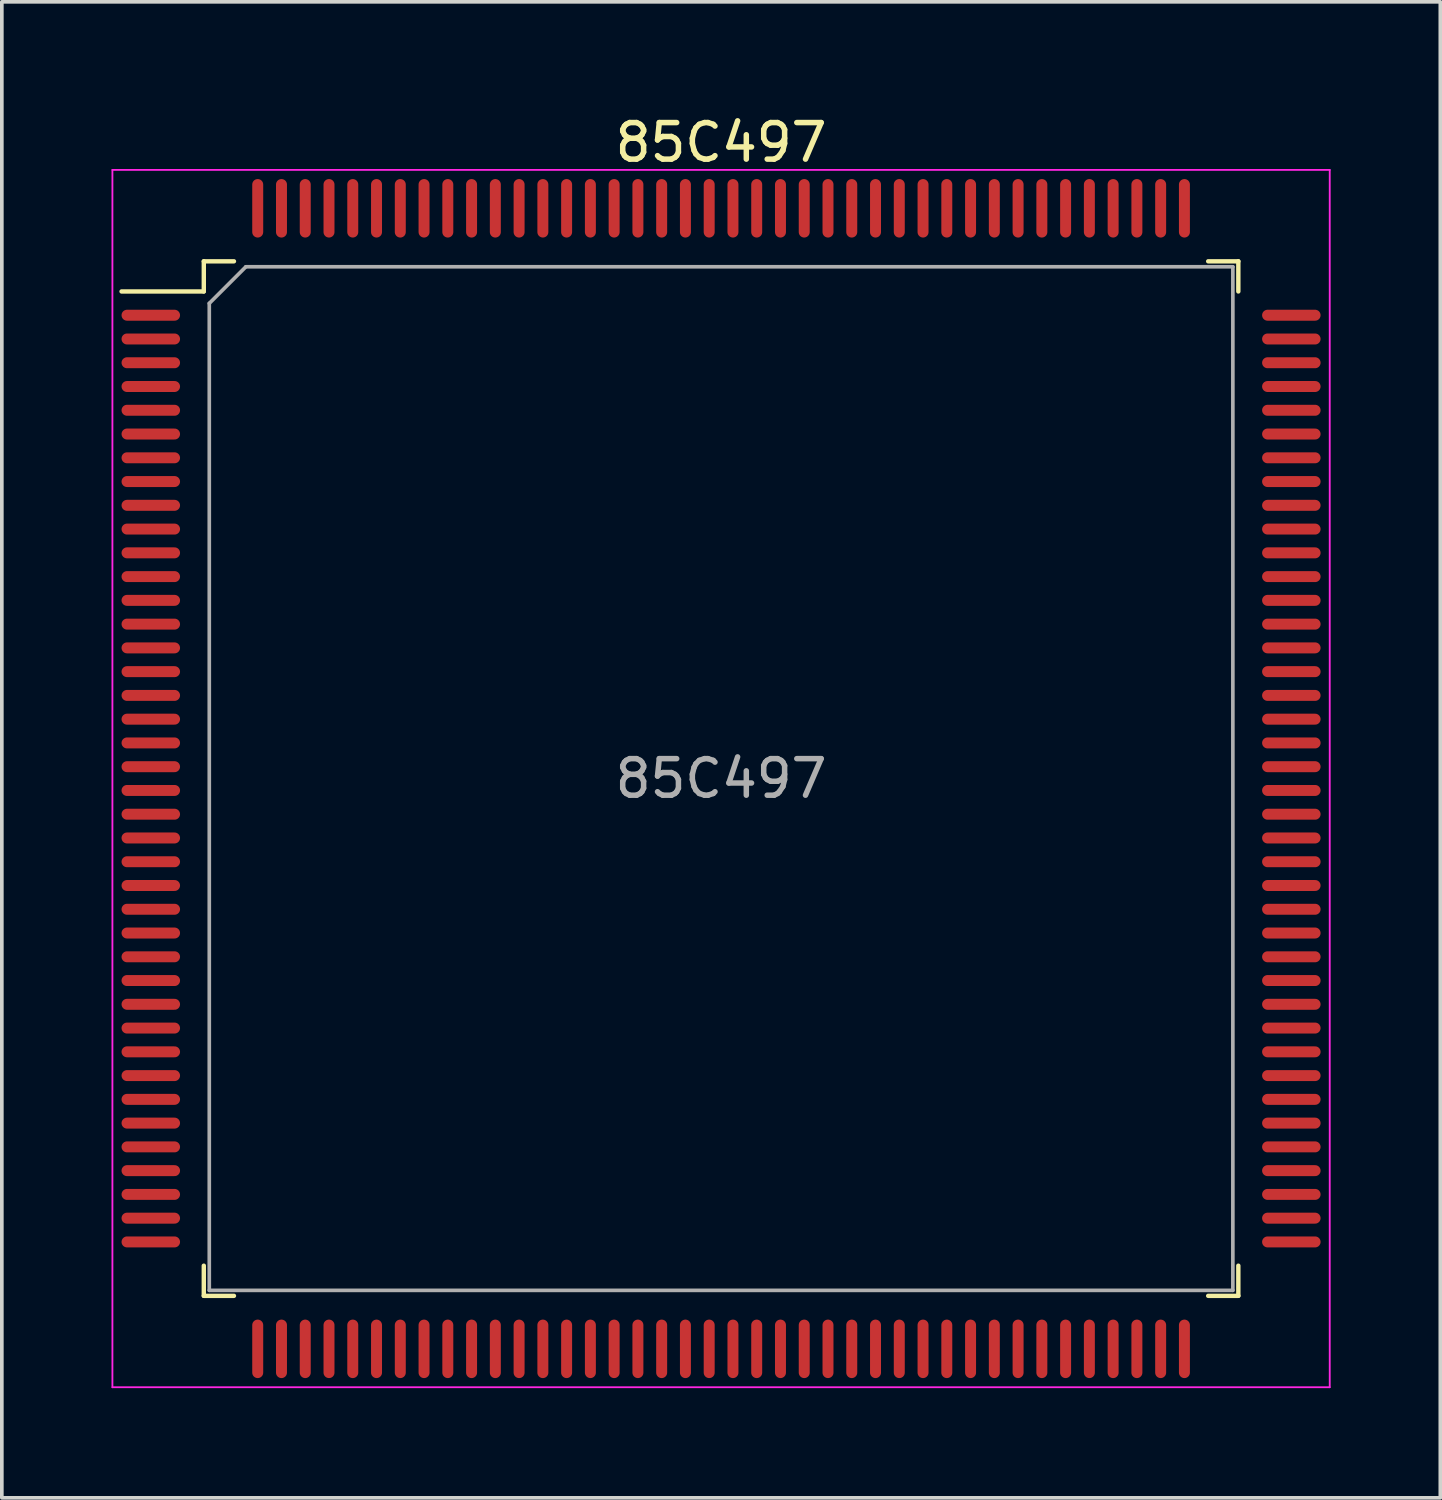
<source format=kicad_pcb>
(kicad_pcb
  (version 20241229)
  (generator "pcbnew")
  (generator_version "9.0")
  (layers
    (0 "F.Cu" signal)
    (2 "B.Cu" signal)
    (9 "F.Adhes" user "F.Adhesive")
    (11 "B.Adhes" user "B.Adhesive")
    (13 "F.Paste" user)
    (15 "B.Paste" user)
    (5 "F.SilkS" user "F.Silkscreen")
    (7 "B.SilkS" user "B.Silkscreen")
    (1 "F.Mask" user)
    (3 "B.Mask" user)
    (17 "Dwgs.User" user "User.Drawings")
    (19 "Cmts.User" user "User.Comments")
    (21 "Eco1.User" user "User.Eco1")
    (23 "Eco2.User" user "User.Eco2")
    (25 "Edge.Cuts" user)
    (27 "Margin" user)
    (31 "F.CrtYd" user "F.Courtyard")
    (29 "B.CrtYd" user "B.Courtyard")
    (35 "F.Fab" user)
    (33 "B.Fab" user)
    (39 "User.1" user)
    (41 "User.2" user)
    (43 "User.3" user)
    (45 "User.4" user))
  (footprint "85C497"
    (layer "F.Cu")
    (at 16.675 18.248)
    (property "Reference" "85C497" (at 0 -17.4 0) (layer "F.SilkS") (effects (font (size 1 1) (thickness 0.15))))
    (attr smd)
    (fp_line (start -14.15 -14.15) (end -14.15 -13.325) (stroke (width 0.12) (type default)) (layer "F.SilkS"))
    (fp_line (start -14.15 -13.325) (end -16.4 -13.325) (stroke (width 0.12) (type default)) (layer "F.SilkS"))
    (fp_line (start -14.15 14.15) (end -14.15 13.325) (stroke (width 0.12) (type default)) (layer "F.SilkS"))
    (fp_line (start -13.325 -14.15) (end -14.15 -14.15) (stroke (width 0.12) (type default)) (layer "F.SilkS"))
    (fp_line (start -13.325 14.15) (end -14.15 14.15) (stroke (width 0.12) (type default)) (layer "F.SilkS"))
    (fp_line (start 13.325 -14.15) (end 14.15 -14.15) (stroke (width 0.12) (type default)) (layer "F.SilkS"))
    (fp_line (start 13.325 14.15) (end 14.15 14.15) (stroke (width 0.12) (type default)) (layer "F.SilkS"))
    (fp_line (start 14.15 -14.15) (end 14.15 -13.325) (stroke (width 0.12) (type default)) (layer "F.SilkS"))
    (fp_line (start 14.15 14.15) (end 14.15 13.325) (stroke (width 0.12) (type default)) (layer "F.SilkS"))
    (fp_line (start -16.65 -16.65) (end 16.65 -16.65) (stroke (width 0.05) (type default)) (layer "F.CrtYd"))
    (fp_line (start -16.65 16.65) (end -16.65 -16.65) (stroke (width 0.05) (type default)) (layer "F.CrtYd"))
    (fp_line (start 16.65 -16.65) (end 16.65 16.65) (stroke (width 0.05) (type default)) (layer "F.CrtYd"))
    (fp_line (start 16.65 16.65) (end -16.65 16.65) (stroke (width 0.05) (type default)) (layer "F.CrtYd"))
    (fp_line (start -14 -13) (end -14 14) (stroke (width 0.1) (type default)) (layer "F.Fab"))
    (fp_line (start -14 14) (end 14 14) (stroke (width 0.1) (type default)) (layer "F.Fab"))
    (fp_line (start -13 -14) (end -14 -13) (stroke (width 0.1) (type default)) (layer "F.Fab"))
    (fp_line (start 14 -14) (end -13 -14) (stroke (width 0.1) (type default)) (layer "F.Fab"))
    (fp_line (start 14 14) (end 14 -14) (stroke (width 0.1) (type default)) (layer "F.Fab"))
    (fp_text user "${REFERENCE}" (at 0 0 0) (layer "F.Fab") (effects (font (size 1 1) (thickness 0.15))))
    (pad "1" smd oval (at -15.6 -12.675 90) (size 0.3 1.6) (layers "F.Cu" "F.Mask" "F.Paste"))
    (pad "2" smd oval (at -15.6 -12.025 90) (size 0.3 1.6) (layers "F.Cu" "F.Mask" "F.Paste"))
    (pad "3" smd oval (at -15.6 -11.375 90) (size 0.3 1.6) (layers "F.Cu" "F.Mask" "F.Paste"))
    (pad "4" smd oval (at -15.6 -10.725 90) (size 0.3 1.6) (layers "F.Cu" "F.Mask" "F.Paste"))
    (pad "5" smd oval (at -15.6 -10.075 90) (size 0.3 1.6) (layers "F.Cu" "F.Mask" "F.Paste"))
    (pad "6" smd oval (at -15.6 -9.425 90) (size 0.3 1.6) (layers "F.Cu" "F.Mask" "F.Paste"))
    (pad "7" smd oval (at -15.6 -8.775 90) (size 0.3 1.6) (layers "F.Cu" "F.Mask" "F.Paste"))
    (pad "8" smd oval (at -15.6 -8.125 90) (size 0.3 1.6) (layers "F.Cu" "F.Mask" "F.Paste"))
    (pad "9" smd oval (at -15.6 -7.475 90) (size 0.3 1.6) (layers "F.Cu" "F.Mask" "F.Paste"))
    (pad "10" smd oval (at -15.6 -6.825 90) (size 0.3 1.6) (layers "F.Cu" "F.Mask" "F.Paste"))
    (pad "11" smd oval (at -15.6 -6.175 90) (size 0.3 1.6) (layers "F.Cu" "F.Mask" "F.Paste"))
    (pad "12" smd oval (at -15.6 -5.525 90) (size 0.3 1.6) (layers "F.Cu" "F.Mask" "F.Paste"))
    (pad "13" smd oval (at -15.6 -4.875 90) (size 0.3 1.6) (layers "F.Cu" "F.Mask" "F.Paste"))
    (pad "14" smd oval (at -15.6 -4.225 90) (size 0.3 1.6) (layers "F.Cu" "F.Mask" "F.Paste"))
    (pad "15" smd oval (at -15.6 -3.575 90) (size 0.3 1.6) (layers "F.Cu" "F.Mask" "F.Paste"))
    (pad "16" smd oval (at -15.6 -2.925 90) (size 0.3 1.6) (layers "F.Cu" "F.Mask" "F.Paste"))
    (pad "17" smd oval (at -15.6 -2.275 90) (size 0.3 1.6) (layers "F.Cu" "F.Mask" "F.Paste"))
    (pad "18" smd oval (at -15.6 -1.625 90) (size 0.3 1.6) (layers "F.Cu" "F.Mask" "F.Paste"))
    (pad "19" smd oval (at -15.6 -0.975 90) (size 0.3 1.6) (layers "F.Cu" "F.Mask" "F.Paste"))
    (pad "20" smd oval (at -15.6 -0.325 90) (size 0.3 1.6) (layers "F.Cu" "F.Mask" "F.Paste"))
    (pad "21" smd oval (at -15.6 0.325 90) (size 0.3 1.6) (layers "F.Cu" "F.Mask" "F.Paste"))
    (pad "22" smd oval (at -15.6 0.975 90) (size 0.3 1.6) (layers "F.Cu" "F.Mask" "F.Paste"))
    (pad "23" smd oval (at -15.6 1.625 90) (size 0.3 1.6) (layers "F.Cu" "F.Mask" "F.Paste"))
    (pad "24" smd oval (at -15.6 2.275 90) (size 0.3 1.6) (layers "F.Cu" "F.Mask" "F.Paste"))
    (pad "25" smd oval (at -15.6 2.925 90) (size 0.3 1.6) (layers "F.Cu" "F.Mask" "F.Paste"))
    (pad "26" smd oval (at -15.6 3.575 90) (size 0.3 1.6) (layers "F.Cu" "F.Mask" "F.Paste"))
    (pad "27" smd oval (at -15.6 4.225 90) (size 0.3 1.6) (layers "F.Cu" "F.Mask" "F.Paste"))
    (pad "28" smd oval (at -15.6 4.875 90) (size 0.3 1.6) (layers "F.Cu" "F.Mask" "F.Paste"))
    (pad "29" smd oval (at -15.6 5.525 90) (size 0.3 1.6) (layers "F.Cu" "F.Mask" "F.Paste"))
    (pad "30" smd oval (at -15.6 6.175 90) (size 0.3 1.6) (layers "F.Cu" "F.Mask" "F.Paste"))
    (pad "31" smd oval (at -15.6 6.825 90) (size 0.3 1.6) (layers "F.Cu" "F.Mask" "F.Paste"))
    (pad "32" smd oval (at -15.6 7.475 90) (size 0.3 1.6) (layers "F.Cu" "F.Mask" "F.Paste"))
    (pad "33" smd oval (at -15.6 8.125 90) (size 0.3 1.6) (layers "F.Cu" "F.Mask" "F.Paste"))
    (pad "34" smd oval (at -15.6 8.775 90) (size 0.3 1.6) (layers "F.Cu" "F.Mask" "F.Paste"))
    (pad "35" smd oval (at -15.6 9.425 90) (size 0.3 1.6) (layers "F.Cu" "F.Mask" "F.Paste"))
    (pad "36" smd oval (at -15.6 10.075 90) (size 0.3 1.6) (layers "F.Cu" "F.Mask" "F.Paste"))
    (pad "37" smd oval (at -15.6 10.725 90) (size 0.3 1.6) (layers "F.Cu" "F.Mask" "F.Paste"))
    (pad "38" smd oval (at -15.6 11.375 90) (size 0.3 1.6) (layers "F.Cu" "F.Mask" "F.Paste"))
    (pad "39" smd oval (at -15.6 12.025 90) (size 0.3 1.6) (layers "F.Cu" "F.Mask" "F.Paste"))
    (pad "40" smd oval (at -15.6 12.675 90) (size 0.3 1.6) (layers "F.Cu" "F.Mask" "F.Paste"))
    (pad "41" smd oval (at -12.675 15.6) (size 0.3 1.6) (layers "F.Cu" "F.Mask" "F.Paste"))
    (pad "42" smd oval (at -12.025 15.6) (size 0.3 1.6) (layers "F.Cu" "F.Mask" "F.Paste"))
    (pad "43" smd oval (at -11.375 15.6) (size 0.3 1.6) (layers "F.Cu" "F.Mask" "F.Paste"))
    (pad "44" smd oval (at -10.725 15.6) (size 0.3 1.6) (layers "F.Cu" "F.Mask" "F.Paste"))
    (pad "45" smd oval (at -10.075 15.6) (size 0.3 1.6) (layers "F.Cu" "F.Mask" "F.Paste"))
    (pad "46" smd oval (at -9.425 15.6) (size 0.3 1.6) (layers "F.Cu" "F.Mask" "F.Paste"))
    (pad "47" smd oval (at -8.775 15.6) (size 0.3 1.6) (layers "F.Cu" "F.Mask" "F.Paste"))
    (pad "48" smd oval (at -8.125 15.6) (size 0.3 1.6) (layers "F.Cu" "F.Mask" "F.Paste"))
    (pad "49" smd oval (at -7.475 15.6) (size 0.3 1.6) (layers "F.Cu" "F.Mask" "F.Paste"))
    (pad "50" smd oval (at -6.825 15.6) (size 0.3 1.6) (layers "F.Cu" "F.Mask" "F.Paste"))
    (pad "51" smd oval (at -6.175 15.6) (size 0.3 1.6) (layers "F.Cu" "F.Mask" "F.Paste"))
    (pad "52" smd oval (at -5.525 15.6) (size 0.3 1.6) (layers "F.Cu" "F.Mask" "F.Paste"))
    (pad "53" smd oval (at -4.875 15.6) (size 0.3 1.6) (layers "F.Cu" "F.Mask" "F.Paste"))
    (pad "54" smd oval (at -4.225 15.6) (size 0.3 1.6) (layers "F.Cu" "F.Mask" "F.Paste"))
    (pad "55" smd oval (at -3.575 15.6) (size 0.3 1.6) (layers "F.Cu" "F.Mask" "F.Paste"))
    (pad "56" smd oval (at -2.925 15.6) (size 0.3 1.6) (layers "F.Cu" "F.Mask" "F.Paste"))
    (pad "57" smd oval (at -2.275 15.6) (size 0.3 1.6) (layers "F.Cu" "F.Mask" "F.Paste"))
    (pad "58" smd oval (at -1.625 15.6) (size 0.3 1.6) (layers "F.Cu" "F.Mask" "F.Paste"))
    (pad "59" smd oval (at -0.975 15.6) (size 0.3 1.6) (layers "F.Cu" "F.Mask" "F.Paste"))
    (pad "60" smd oval (at -0.325 15.6) (size 0.3 1.6) (layers "F.Cu" "F.Mask" "F.Paste"))
    (pad "61" smd oval (at 0.325 15.6) (size 0.3 1.6) (layers "F.Cu" "F.Mask" "F.Paste"))
    (pad "62" smd oval (at 0.975 15.6) (size 0.3 1.6) (layers "F.Cu" "F.Mask" "F.Paste"))
    (pad "63" smd oval (at 1.625 15.6) (size 0.3 1.6) (layers "F.Cu" "F.Mask" "F.Paste"))
    (pad "64" smd oval (at 2.275 15.6) (size 0.3 1.6) (layers "F.Cu" "F.Mask" "F.Paste"))
    (pad "65" smd oval (at 2.925 15.6) (size 0.3 1.6) (layers "F.Cu" "F.Mask" "F.Paste"))
    (pad "66" smd oval (at 3.575 15.6) (size 0.3 1.6) (layers "F.Cu" "F.Mask" "F.Paste"))
    (pad "67" smd oval (at 4.225 15.6) (size 0.3 1.6) (layers "F.Cu" "F.Mask" "F.Paste"))
    (pad "68" smd oval (at 4.875 15.6) (size 0.3 1.6) (layers "F.Cu" "F.Mask" "F.Paste"))
    (pad "69" smd oval (at 5.525 15.6) (size 0.3 1.6) (layers "F.Cu" "F.Mask" "F.Paste"))
    (pad "70" smd oval (at 6.175 15.6) (size 0.3 1.6) (layers "F.Cu" "F.Mask" "F.Paste"))
    (pad "71" smd oval (at 6.825 15.6) (size 0.3 1.6) (layers "F.Cu" "F.Mask" "F.Paste"))
    (pad "72" smd oval (at 7.475 15.6) (size 0.3 1.6) (layers "F.Cu" "F.Mask" "F.Paste"))
    (pad "73" smd oval (at 8.125 15.6) (size 0.3 1.6) (layers "F.Cu" "F.Mask" "F.Paste"))
    (pad "74" smd oval (at 8.775 15.6) (size 0.3 1.6) (layers "F.Cu" "F.Mask" "F.Paste"))
    (pad "75" smd oval (at 9.425 15.6) (size 0.3 1.6) (layers "F.Cu" "F.Mask" "F.Paste"))
    (pad "76" smd oval (at 10.075 15.6) (size 0.3 1.6) (layers "F.Cu" "F.Mask" "F.Paste"))
    (pad "77" smd oval (at 10.725 15.6) (size 0.3 1.6) (layers "F.Cu" "F.Mask" "F.Paste"))
    (pad "78" smd oval (at 11.375 15.6) (size 0.3 1.6) (layers "F.Cu" "F.Mask" "F.Paste"))
    (pad "79" smd oval (at 12.025 15.6) (size 0.3 1.6) (layers "F.Cu" "F.Mask" "F.Paste"))
    (pad "80" smd oval (at 12.675 15.6) (size 0.3 1.6) (layers "F.Cu" "F.Mask" "F.Paste"))
    (pad "81" smd oval (at 15.6 12.675 90) (size 0.3 1.6) (layers "F.Cu" "F.Mask" "F.Paste"))
    (pad "82" smd oval (at 15.6 12.025 90) (size 0.3 1.6) (layers "F.Cu" "F.Mask" "F.Paste"))
    (pad "83" smd oval (at 15.6 11.375 90) (size 0.3 1.6) (layers "F.Cu" "F.Mask" "F.Paste"))
    (pad "84" smd oval (at 15.6 10.725 90) (size 0.3 1.6) (layers "F.Cu" "F.Mask" "F.Paste"))
    (pad "85" smd oval (at 15.6 10.075 90) (size 0.3 1.6) (layers "F.Cu" "F.Mask" "F.Paste"))
    (pad "86" smd oval (at 15.6 9.425 90) (size 0.3 1.6) (layers "F.Cu" "F.Mask" "F.Paste"))
    (pad "87" smd oval (at 15.6 8.775 90) (size 0.3 1.6) (layers "F.Cu" "F.Mask" "F.Paste"))
    (pad "88" smd oval (at 15.6 8.125 90) (size 0.3 1.6) (layers "F.Cu" "F.Mask" "F.Paste"))
    (pad "89" smd oval (at 15.6 7.475 90) (size 0.3 1.6) (layers "F.Cu" "F.Mask" "F.Paste"))
    (pad "90" smd oval (at 15.6 6.825 90) (size 0.3 1.6) (layers "F.Cu" "F.Mask" "F.Paste"))
    (pad "91" smd oval (at 15.6 6.175 90) (size 0.3 1.6) (layers "F.Cu" "F.Mask" "F.Paste"))
    (pad "92" smd oval (at 15.6 5.525 90) (size 0.3 1.6) (layers "F.Cu" "F.Mask" "F.Paste"))
    (pad "93" smd oval (at 15.6 4.875 90) (size 0.3 1.6) (layers "F.Cu" "F.Mask" "F.Paste"))
    (pad "94" smd oval (at 15.6 4.225 90) (size 0.3 1.6) (layers "F.Cu" "F.Mask" "F.Paste"))
    (pad "95" smd oval (at 15.6 3.575 90) (size 0.3 1.6) (layers "F.Cu" "F.Mask" "F.Paste"))
    (pad "96" smd oval (at 15.6 2.925 90) (size 0.3 1.6) (layers "F.Cu" "F.Mask" "F.Paste"))
    (pad "97" smd oval (at 15.6 2.275 90) (size 0.3 1.6) (layers "F.Cu" "F.Mask" "F.Paste"))
    (pad "98" smd oval (at 15.6 1.625 90) (size 0.3 1.6) (layers "F.Cu" "F.Mask" "F.Paste"))
    (pad "99" smd oval (at 15.6 0.975 90) (size 0.3 1.6) (layers "F.Cu" "F.Mask" "F.Paste"))
    (pad "100" smd oval (at 15.6 0.325 90) (size 0.3 1.6) (layers "F.Cu" "F.Mask" "F.Paste"))
    (pad "101" smd oval (at 15.6 -0.325 90) (size 0.3 1.6) (layers "F.Cu" "F.Mask" "F.Paste"))
    (pad "102" smd oval (at 15.6 -0.975 90) (size 0.3 1.6) (layers "F.Cu" "F.Mask" "F.Paste"))
    (pad "103" smd oval (at 15.6 -1.625 90) (size 0.3 1.6) (layers "F.Cu" "F.Mask" "F.Paste"))
    (pad "104" smd oval (at 15.6 -2.275 90) (size 0.3 1.6) (layers "F.Cu" "F.Mask" "F.Paste"))
    (pad "105" smd oval (at 15.6 -2.925 90) (size 0.3 1.6) (layers "F.Cu" "F.Mask" "F.Paste"))
    (pad "106" smd oval (at 15.6 -3.575 90) (size 0.3 1.6) (layers "F.Cu" "F.Mask" "F.Paste"))
    (pad "107" smd oval (at 15.6 -4.225 90) (size 0.3 1.6) (layers "F.Cu" "F.Mask" "F.Paste"))
    (pad "108" smd oval (at 15.6 -4.875 90) (size 0.3 1.6) (layers "F.Cu" "F.Mask" "F.Paste"))
    (pad "109" smd oval (at 15.6 -5.525 90) (size 0.3 1.6) (layers "F.Cu" "F.Mask" "F.Paste"))
    (pad "110" smd oval (at 15.6 -6.175 90) (size 0.3 1.6) (layers "F.Cu" "F.Mask" "F.Paste"))
    (pad "111" smd oval (at 15.6 -6.825 90) (size 0.3 1.6) (layers "F.Cu" "F.Mask" "F.Paste"))
    (pad "112" smd oval (at 15.6 -7.475 90) (size 0.3 1.6) (layers "F.Cu" "F.Mask" "F.Paste"))
    (pad "113" smd oval (at 15.6 -8.125 90) (size 0.3 1.6) (layers "F.Cu" "F.Mask" "F.Paste"))
    (pad "114" smd oval (at 15.6 -8.775 90) (size 0.3 1.6) (layers "F.Cu" "F.Mask" "F.Paste"))
    (pad "115" smd oval (at 15.6 -9.425 90) (size 0.3 1.6) (layers "F.Cu" "F.Mask" "F.Paste"))
    (pad "116" smd oval (at 15.6 -10.075 90) (size 0.3 1.6) (layers "F.Cu" "F.Mask" "F.Paste"))
    (pad "117" smd oval (at 15.6 -10.725 90) (size 0.3 1.6) (layers "F.Cu" "F.Mask" "F.Paste"))
    (pad "118" smd oval (at 15.6 -11.375 90) (size 0.3 1.6) (layers "F.Cu" "F.Mask" "F.Paste"))
    (pad "119" smd oval (at 15.6 -12.025 90) (size 0.3 1.6) (layers "F.Cu" "F.Mask" "F.Paste"))
    (pad "120" smd oval (at 15.6 -12.675 90) (size 0.3 1.6) (layers "F.Cu" "F.Mask" "F.Paste"))
    (pad "121" smd oval (at 12.675 -15.6) (size 0.3 1.6) (layers "F.Cu" "F.Mask" "F.Paste"))
    (pad "122" smd oval (at 12.025 -15.6) (size 0.3 1.6) (layers "F.Cu" "F.Mask" "F.Paste"))
    (pad "123" smd oval (at 11.375 -15.6) (size 0.3 1.6) (layers "F.Cu" "F.Mask" "F.Paste"))
    (pad "124" smd oval (at 10.725 -15.6) (size 0.3 1.6) (layers "F.Cu" "F.Mask" "F.Paste"))
    (pad "125" smd oval (at 10.075 -15.6) (size 0.3 1.6) (layers "F.Cu" "F.Mask" "F.Paste"))
    (pad "126" smd oval (at 9.425 -15.6) (size 0.3 1.6) (layers "F.Cu" "F.Mask" "F.Paste"))
    (pad "127" smd oval (at 8.775 -15.6) (size 0.3 1.6) (layers "F.Cu" "F.Mask" "F.Paste"))
    (pad "128" smd oval (at 8.125 -15.6) (size 0.3 1.6) (layers "F.Cu" "F.Mask" "F.Paste"))
    (pad "129" smd oval (at 7.475 -15.6) (size 0.3 1.6) (layers "F.Cu" "F.Mask" "F.Paste"))
    (pad "130" smd oval (at 6.825 -15.6) (size 0.3 1.6) (layers "F.Cu" "F.Mask" "F.Paste"))
    (pad "131" smd oval (at 6.175 -15.6) (size 0.3 1.6) (layers "F.Cu" "F.Mask" "F.Paste"))
    (pad "132" smd oval (at 5.525 -15.6) (size 0.3 1.6) (layers "F.Cu" "F.Mask" "F.Paste"))
    (pad "133" smd oval (at 4.875 -15.6) (size 0.3 1.6) (layers "F.Cu" "F.Mask" "F.Paste"))
    (pad "134" smd oval (at 4.225 -15.6) (size 0.3 1.6) (layers "F.Cu" "F.Mask" "F.Paste"))
    (pad "135" smd oval (at 3.575 -15.6) (size 0.3 1.6) (layers "F.Cu" "F.Mask" "F.Paste"))
    (pad "136" smd oval (at 2.925 -15.6) (size 0.3 1.6) (layers "F.Cu" "F.Mask" "F.Paste"))
    (pad "137" smd oval (at 2.275 -15.6) (size 0.3 1.6) (layers "F.Cu" "F.Mask" "F.Paste"))
    (pad "138" smd oval (at 1.625 -15.6) (size 0.3 1.6) (layers "F.Cu" "F.Mask" "F.Paste"))
    (pad "139" smd oval (at 0.975 -15.6) (size 0.3 1.6) (layers "F.Cu" "F.Mask" "F.Paste"))
    (pad "140" smd oval (at 0.325 -15.6) (size 0.3 1.6) (layers "F.Cu" "F.Mask" "F.Paste"))
    (pad "141" smd oval (at -0.325 -15.6) (size 0.3 1.6) (layers "F.Cu" "F.Mask" "F.Paste"))
    (pad "142" smd oval (at -0.975 -15.6) (size 0.3 1.6) (layers "F.Cu" "F.Mask" "F.Paste"))
    (pad "143" smd oval (at -1.625 -15.6) (size 0.3 1.6) (layers "F.Cu" "F.Mask" "F.Paste"))
    (pad "144" smd oval (at -2.275 -15.6) (size 0.3 1.6) (layers "F.Cu" "F.Mask" "F.Paste"))
    (pad "145" smd oval (at -2.925 -15.6) (size 0.3 1.6) (layers "F.Cu" "F.Mask" "F.Paste"))
    (pad "146" smd oval (at -3.575 -15.6) (size 0.3 1.6) (layers "F.Cu" "F.Mask" "F.Paste"))
    (pad "147" smd oval (at -4.225 -15.6) (size 0.3 1.6) (layers "F.Cu" "F.Mask" "F.Paste"))
    (pad "148" smd oval (at -4.875 -15.6) (size 0.3 1.6) (layers "F.Cu" "F.Mask" "F.Paste"))
    (pad "149" smd oval (at -5.525 -15.6) (size 0.3 1.6) (layers "F.Cu" "F.Mask" "F.Paste"))
    (pad "150" smd oval (at -6.175 -15.6) (size 0.3 1.6) (layers "F.Cu" "F.Mask" "F.Paste"))
    (pad "151" smd oval (at -6.825 -15.6) (size 0.3 1.6) (layers "F.Cu" "F.Mask" "F.Paste"))
    (pad "152" smd oval (at -7.475 -15.6) (size 0.3 1.6) (layers "F.Cu" "F.Mask" "F.Paste"))
    (pad "153" smd oval (at -8.125 -15.6) (size 0.3 1.6) (layers "F.Cu" "F.Mask" "F.Paste"))
    (pad "154" smd oval (at -8.775 -15.6) (size 0.3 1.6) (layers "F.Cu" "F.Mask" "F.Paste"))
    (pad "155" smd oval (at -9.425 -15.6) (size 0.3 1.6) (layers "F.Cu" "F.Mask" "F.Paste"))
    (pad "156" smd oval (at -10.075 -15.6) (size 0.3 1.6) (layers "F.Cu" "F.Mask" "F.Paste"))
    (pad "157" smd oval (at -10.725 -15.6) (size 0.3 1.6) (layers "F.Cu" "F.Mask" "F.Paste"))
    (pad "158" smd oval (at -11.375 -15.6) (size 0.3 1.6) (layers "F.Cu" "F.Mask" "F.Paste"))
    (pad "159" smd oval (at -12.025 -15.6) (size 0.3 1.6) (layers "F.Cu" "F.Mask" "F.Paste"))
    (pad "160" smd oval (at -12.675 -15.6) (size 0.3 1.6) (layers "F.Cu" "F.Mask" "F.Paste")))
  (gr_rect
    (start -3 -3)
    (end 36.35 37.923)
    (stroke (width 0.1) (type default))
    (fill no)
    (layer "Edge.Cuts")))
</source>
